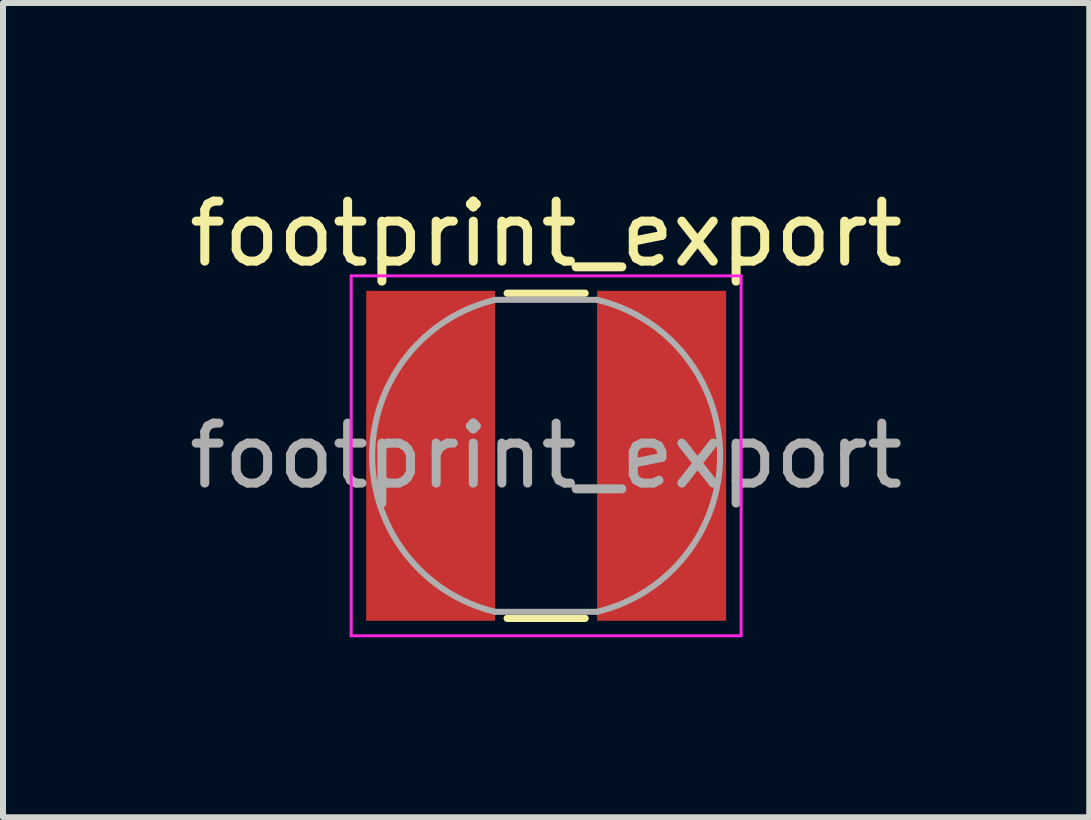
<source format=kicad_pcb>
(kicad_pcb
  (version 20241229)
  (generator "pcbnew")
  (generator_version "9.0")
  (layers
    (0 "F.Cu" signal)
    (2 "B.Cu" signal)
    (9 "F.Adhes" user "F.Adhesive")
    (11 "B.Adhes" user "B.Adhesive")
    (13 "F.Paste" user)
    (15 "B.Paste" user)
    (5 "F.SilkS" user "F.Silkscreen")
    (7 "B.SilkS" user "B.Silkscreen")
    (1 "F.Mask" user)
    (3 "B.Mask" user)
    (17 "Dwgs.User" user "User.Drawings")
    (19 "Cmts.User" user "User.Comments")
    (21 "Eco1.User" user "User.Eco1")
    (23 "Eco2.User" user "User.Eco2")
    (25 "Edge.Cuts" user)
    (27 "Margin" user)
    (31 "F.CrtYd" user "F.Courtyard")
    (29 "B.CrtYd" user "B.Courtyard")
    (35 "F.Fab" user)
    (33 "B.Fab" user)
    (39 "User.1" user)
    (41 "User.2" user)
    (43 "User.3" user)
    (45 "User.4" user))
  (footprint "footprint_export"
    (layer "F.Cu")
    (at 6.054 4.548)
    (property "Reference" "footprint_export" (at 0 -3.7 0) (layer "F.SilkS") (effects (font (size 1 1) (thickness 0.15))))
    (attr smd)
    (fp_line (start -0.65 -2.71) (end 0.65 -2.71) (stroke (width 0.12) (type solid)) (layer "F.SilkS"))
    (fp_line (start -0.65 2.71) (end 0.65 2.71) (stroke (width 0.12) (type solid)) (layer "F.SilkS"))
    (fp_line (start -3.25 -3) (end -3.25 3) (stroke (width 0.05) (type solid)) (layer "F.CrtYd"))
    (fp_line (start -3.25 3) (end 3.25 3) (stroke (width 0.05) (type solid)) (layer "F.CrtYd"))
    (fp_line (start 3.25 -3) (end -3.25 -3) (stroke (width 0.05) (type solid)) (layer "F.CrtYd"))
    (fp_line (start 3.25 3) (end 3.25 -3) (stroke (width 0.05) (type solid)) (layer "F.CrtYd"))
    (fp_line (start -0.85 -2.6) (end 0.85 -2.6) (stroke (width 0.1) (type solid)) (layer "F.Fab"))
    (fp_line (start -0.85 2.6) (end 0.85 2.6) (stroke (width 0.1) (type solid)) (layer "F.Fab"))
    (fp_arc (start -0.85 2.6) (mid -2.9 0) (end -0.85 -2.6) (stroke (width 0.1) (type solid)) (layer "F.Fab"))
    (fp_arc (start 0.85 -2.6) (mid 2.9 0) (end 0.85 2.6) (stroke (width 0.1) (type solid)) (layer "F.Fab"))
    (fp_text user "${REFERENCE}" (at 0 0 0) (layer "F.Fab") (effects (font (size 1 1) (thickness 0.15))))
    (pad "1" smd rect (at -1.925 0) (size 2.15 5.5) (layers "F.Cu" "F.Mask" "F.Paste"))
    (pad "2" smd rect (at 1.925 0) (size 2.15 5.5) (layers "F.Cu" "F.Mask" "F.Paste")))
  (gr_rect
    (start -3 -3)
    (end 15.107 10.573)
    (stroke (width 0.1) (type default))
    (fill no)
    (layer "Edge.Cuts")))
</source>
